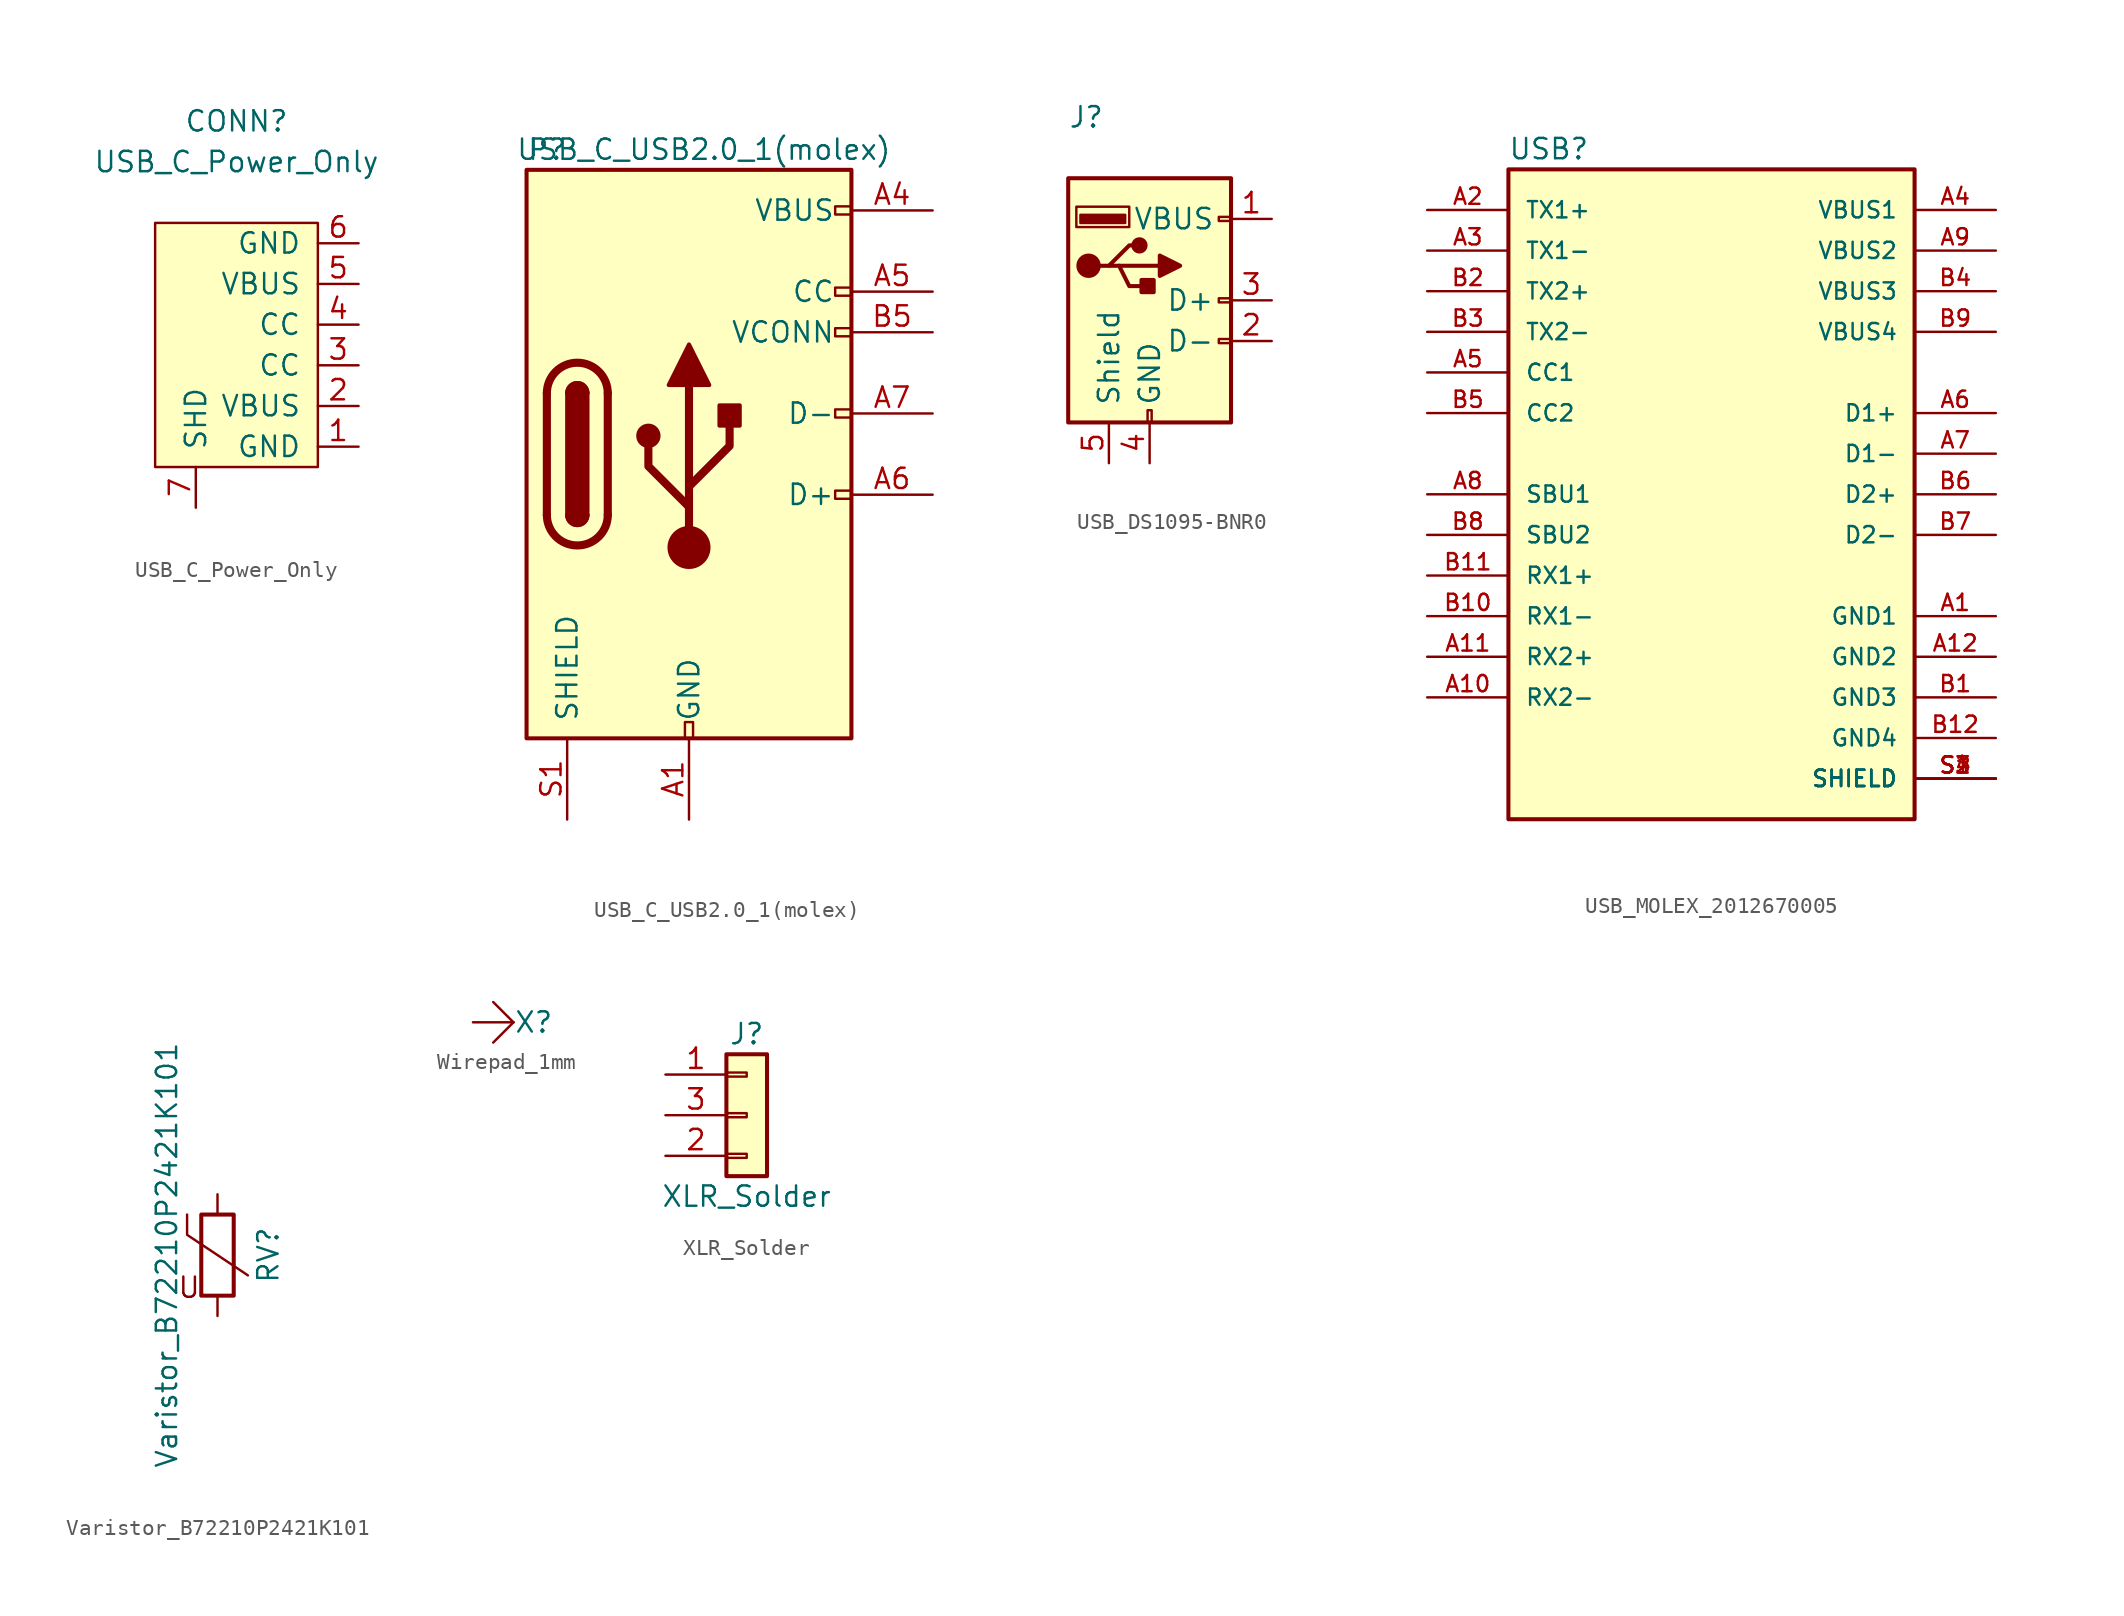
<source format=kicad_sym>
(kicad_symbol_lib
  (version 20220914)
  (generator kicad_symbol_editor)
  (symbol "USB_C_Power_Only"
    (pin_names
      (offset 1.016))
    (property "Reference" "CONN"
      (at 0 13.97 0)
      (effects (font (size 1.27 1.27))))
    (property "Value" "USB_C_Power_Only"
      (at 0 11.43 0)
      (effects (font (size 1.27 1.27))))
    (symbol "USB_C_Power_Only_0_1"
      (rectangle (start -5.08 7.62) (end 5.08 -7.62) (stroke (width 0) (type default)) (fill (type background))))
    (symbol "USB_C_Power_Only_1_1"
      (pin power_in line (at 7.62 -6.35 180) (length 2.54) (name "GND" (effects (font (size 1.27 1.27)))) (number "1" (effects (font (size 1.27 1.27)))))
      (pin power_in line (at 7.62 -3.81 180) (length 2.54) (name "VBUS" (effects (font (size 1.27 1.27)))) (number "2" (effects (font (size 1.27 1.27)))))
      (pin input line (at 7.62 -1.27 180) (length 2.54) (name "CC" (effects (font (size 1.27 1.27)))) (number "3" (effects (font (size 1.27 1.27)))))
      (pin input line (at 7.62 1.27 180) (length 2.54) (name "CC" (effects (font (size 1.27 1.27)))) (number "4" (effects (font (size 1.27 1.27)))))
      (pin power_in line (at 7.62 3.81 180) (length 2.54) (name "VBUS" (effects (font (size 1.27 1.27)))) (number "5" (effects (font (size 1.27 1.27)))))
      (pin power_in line (at 7.62 6.35 180) (length 2.54) (name "GND" (effects (font (size 1.27 1.27)))) (number "6" (effects (font (size 1.27 1.27)))))
      (pin power_in line (at -2.54 -10.16 90) (length 2.54) (name "SHD" (effects (font (size 1.27 1.27)))) (number "7" (effects (font (size 1.27 1.27)))))))
  (symbol "USB_C_USB2.0_1(molex)"
    (pin_names
      (offset 1.016))
    (property "Reference" "P"
      (at -10.16 19.05 0)
      (effects (font (size 1.27 1.27)) (justify left)))
    (property "Value" "USB_C_USB2.0_1(molex)"
      (at 12.7 19.05 0)
      (effects (font (size 1.27 1.27)) (justify right)))
    (symbol "USB_C_USB2.0_1(molex)_0_0"
      (rectangle (start -0.254 -17.78) (end 0.254 -16.764) (stroke (width 0) (type default)) (fill (type none)))
      (rectangle (start 10.16 -2.286) (end 9.144 -2.794) (stroke (width 0) (type default)) (fill (type none)))
      (rectangle (start 10.16 2.794) (end 9.144 2.286) (stroke (width 0) (type default)) (fill (type none)))
      (rectangle (start 10.16 7.874) (end 9.144 7.366) (stroke (width 0) (type default)) (fill (type none)))
      (rectangle (start 10.16 10.414) (end 9.144 9.906) (stroke (width 0) (type default)) (fill (type none)))
      (rectangle (start 10.16 15.494) (end 9.144 14.986) (stroke (width 0) (type default)) (fill (type none))))
    (symbol "USB_C_USB2.0_1(molex)_0_1"
      (rectangle (start -10.16 17.78) (end 10.16 -17.78) (stroke (width 0.254) (type default)) (fill (type background)))
      (arc (start -8.89 -3.81) (mid -6.985 -5.7067) (end -5.08 -3.81) (stroke (width 0.508) (type default)) (fill (type none)))
      (arc (start -7.62 -3.81) (mid -6.985 -4.4423) (end -6.35 -3.81) (stroke (width 0.254) (type default)) (fill (type none)))
      (arc (start -7.62 -3.81) (mid -6.985 -4.4423) (end -6.35 -3.81) (stroke (width 0.254) (type default)) (fill (type outline)))
      (rectangle (start -7.62 -3.81) (end -6.35 3.81) (stroke (width 0.254) (type default)) (fill (type outline)))
      (arc (start -6.35 3.81) (mid -6.985 4.4423) (end -7.62 3.81) (stroke (width 0.254) (type default)) (fill (type none)))
      (arc (start -6.35 3.81) (mid -6.985 4.4423) (end -7.62 3.81) (stroke (width 0.254) (type default)) (fill (type outline)))
      (arc (start -5.08 3.81) (mid -6.985 5.7067) (end -8.89 3.81) (stroke (width 0.508) (type default)) (fill (type none)))
      (circle (center -2.54 1.143) (radius 0.635) (stroke (width 0.254) (type default)) (fill (type outline)))
      (circle (center 0 -5.842) (radius 1.27) (stroke (width 0) (type default)) (fill (type outline)))
      (polyline (pts (xy -8.89 -3.81) (xy -8.89 3.81)) (stroke (width 0.508) (type default)) (fill (type none)))
      (polyline (pts (xy -5.08 3.81) (xy -5.08 -3.81)) (stroke (width 0.508) (type default)) (fill (type none)))
      (polyline (pts (xy 0 -5.842) (xy 0 4.318)) (stroke (width 0.508) (type default)) (fill (type none)))
      (polyline (pts (xy 0 -3.302) (xy -2.54 -0.762) (xy -2.54 0.508)) (stroke (width 0.508) (type default)) (fill (type none)))
      (polyline (pts (xy 0 -2.032) (xy 2.54 0.508) (xy 2.54 1.778)) (stroke (width 0.508) (type default)) (fill (type none)))
      (polyline (pts (xy -1.27 4.318) (xy 0 6.858) (xy 1.27 4.318) (xy -1.27 4.318)) (stroke (width 0.254) (type default)) (fill (type outline)))
      (rectangle (start 1.905 1.778) (end 3.175 3.048) (stroke (width 0.254) (type default)) (fill (type outline))))
    (symbol "USB_C_USB2.0_1(molex)_1_1"
      (pin passive line (at 0 -22.86 90) (length 5.08) (name "GND" (effects (font (size 1.27 1.27)))) (number "A1" (effects (font (size 1.27 1.27)))))
      (pin passive line (at 0 -22.86 90) (length 5.08) hide (name "GND" (effects (font (size 1.27 1.27)))) (number "A12" (effects (font (size 1.27 1.27)))))
      (pin passive line (at 15.24 15.24 180) (length 5.08) (name "VBUS" (effects (font (size 1.27 1.27)))) (number "A4" (effects (font (size 1.27 1.27)))))
      (pin bidirectional line (at 15.24 10.16 180) (length 5.08) (name "CC" (effects (font (size 1.27 1.27)))) (number "A5" (effects (font (size 1.27 1.27)))))
      (pin bidirectional line (at 15.24 -2.54 180) (length 5.08) (name "D+" (effects (font (size 1.27 1.27)))) (number "A6" (effects (font (size 1.27 1.27)))))
      (pin bidirectional line (at 15.24 2.54 180) (length 5.08) (name "D-" (effects (font (size 1.27 1.27)))) (number "A7" (effects (font (size 1.27 1.27)))))
      (pin passive line (at 15.24 15.24 180) (length 5.08) hide (name "VBUS" (effects (font (size 1.27 1.27)))) (number "A9" (effects (font (size 1.27 1.27)))))
      (pin passive line (at 0 -22.86 90) (length 5.08) hide (name "GND" (effects (font (size 1.27 1.27)))) (number "B1" (effects (font (size 1.27 1.27)))))
      (pin passive line (at 0 -22.86 90) (length 5.08) hide (name "GND" (effects (font (size 1.27 1.27)))) (number "B12" (effects (font (size 1.27 1.27)))))
      (pin passive line (at 15.24 15.24 180) (length 5.08) hide (name "VBUS" (effects (font (size 1.27 1.27)))) (number "B4" (effects (font (size 1.27 1.27)))))
      (pin bidirectional line (at 15.24 7.62 180) (length 5.08) (name "VCONN" (effects (font (size 1.27 1.27)))) (number "B5" (effects (font (size 1.27 1.27)))))
      (pin passive line (at 15.24 15.24 180) (length 5.08) hide (name "VBUS" (effects (font (size 1.27 1.27)))) (number "B9" (effects (font (size 1.27 1.27)))))
      (pin passive line (at -7.62 -22.86 90) (length 5.08) (name "SHIELD" (effects (font (size 1.27 1.27)))) (number "S1" (effects (font (size 1.27 1.27)))))))
  (symbol "USB_DS1095-BNR0"
    (pin_names
      (offset 1.016))
    (property "Reference" "J"
      (at -5.08 11.43 0)
      (effects (font (size 1.27 1.27)) (justify left)))
    (symbol "USB_DS1095-BNR0_0_1"
      (rectangle (start -5.08 -7.62) (end 5.08 7.62) (stroke (width 0.254) (type default)) (fill (type background)))
      (circle (center -3.81 2.159) (radius 0.635) (stroke (width 0.254) (type default)) (fill (type outline)))
      (rectangle (start -1.524 4.826) (end -4.318 5.334) (stroke (width 0) (type default)) (fill (type outline)))
      (rectangle (start -1.27 4.572) (end -4.572 5.842) (stroke (width 0) (type default)) (fill (type none)))
      (circle (center -0.635 3.429) (radius 0.381) (stroke (width 0.254) (type default)) (fill (type outline)))
      (rectangle (start -0.127 -7.62) (end 0.127 -6.858) (stroke (width 0) (type default)) (fill (type none)))
      (polyline (pts (xy -3.175 2.159) (xy -2.54 2.159) (xy -1.27 3.429) (xy -0.635 3.429)) (stroke (width 0.254) (type default)) (fill (type none)))
      (polyline (pts (xy -2.54 2.159) (xy -1.905 2.159) (xy -1.27 0.889) (xy 0 0.889)) (stroke (width 0.254) (type default)) (fill (type none)))
      (polyline (pts (xy 0.635 2.794) (xy 0.635 1.524) (xy 1.905 2.159) (xy 0.635 2.794)) (stroke (width 0.254) (type default)) (fill (type outline)))
      (rectangle (start 0.254 1.27) (end -0.508 0.508) (stroke (width 0.254) (type default)) (fill (type outline)))
      (rectangle (start 5.08 -2.667) (end 4.318 -2.413) (stroke (width 0) (type default)) (fill (type none)))
      (rectangle (start 5.08 -0.127) (end 4.318 0.127) (stroke (width 0) (type default)) (fill (type none)))
      (rectangle (start 5.08 4.953) (end 4.318 5.207) (stroke (width 0) (type default)) (fill (type none))))
    (symbol "USB_DS1095-BNR0_1_1"
      (polyline (pts (xy -1.905 2.159) (xy 0.635 2.159)) (stroke (width 0.254) (type default)) (fill (type none)))
      (pin power_in line (at 7.62 5.08 180) (length 2.54) (name "VBUS" (effects (font (size 1.27 1.27)))) (number "1" (effects (font (size 1.27 1.27)))))
      (pin bidirectional line (at 7.62 -2.54 180) (length 2.54) (name "D-" (effects (font (size 1.27 1.27)))) (number "2" (effects (font (size 1.27 1.27)))))
      (pin bidirectional line (at 7.62 0 180) (length 2.54) (name "D+" (effects (font (size 1.27 1.27)))) (number "3" (effects (font (size 1.27 1.27)))))
      (pin power_in line (at 0 -10.16 90) (length 2.54) (name "GND" (effects (font (size 1.27 1.27)))) (number "4" (effects (font (size 1.27 1.27)))))
      (pin passive line (at -2.54 -10.16 90) (length 2.54) (name "Shield" (effects (font (size 1.27 1.27)))) (number "5" (effects (font (size 1.27 1.27)))))))
  (symbol "USB_MOLEX_2012670005"
    (pin_names
      (offset 1.016))
    (property "Reference" "USB"
      (at -12.725 20.853 0)
      (effects (font (size 1.27 1.27)) (justify left bottom)))
    (symbol "USB_MOLEX_2012670005_0_0"
      (rectangle (start -12.7 -20.32) (end 12.7 20.32) (stroke (width 0.254) (type default)) (fill (type background)))
      (pin power_in line (at 17.78 -7.62 180) (length 5.08) (name "GND1" (effects (font (size 1.016 1.016)))) (number "A1" (effects (font (size 1.016 1.016)))))
      (pin passive line (at -17.78 -12.7 0) (length 5.08) (name "RX2-" (effects (font (size 1.016 1.016)))) (number "A10" (effects (font (size 1.016 1.016)))))
      (pin passive line (at -17.78 -10.16 0) (length 5.08) (name "RX2+" (effects (font (size 1.016 1.016)))) (number "A11" (effects (font (size 1.016 1.016)))))
      (pin power_in line (at 17.78 -10.16 180) (length 5.08) (name "GND2" (effects (font (size 1.016 1.016)))) (number "A12" (effects (font (size 1.016 1.016)))))
      (pin passive line (at -17.78 17.78 0) (length 5.08) (name "TX1+" (effects (font (size 1.016 1.016)))) (number "A2" (effects (font (size 1.016 1.016)))))
      (pin passive line (at -17.78 15.24 0) (length 5.08) (name "TX1-" (effects (font (size 1.016 1.016)))) (number "A3" (effects (font (size 1.016 1.016)))))
      (pin power_in line (at 17.78 17.78 180) (length 5.08) (name "VBUS1" (effects (font (size 1.016 1.016)))) (number "A4" (effects (font (size 1.016 1.016)))))
      (pin passive line (at -17.78 7.62 0) (length 5.08) (name "CC1" (effects (font (size 1.016 1.016)))) (number "A5" (effects (font (size 1.016 1.016)))))
      (pin passive line (at 17.78 5.08 180) (length 5.08) (name "D1+" (effects (font (size 1.016 1.016)))) (number "A6" (effects (font (size 1.016 1.016)))))
      (pin passive line (at 17.78 2.54 180) (length 5.08) (name "D1-" (effects (font (size 1.016 1.016)))) (number "A7" (effects (font (size 1.016 1.016)))))
      (pin passive line (at -17.78 0 0) (length 5.08) (name "SBU1" (effects (font (size 1.016 1.016)))) (number "A8" (effects (font (size 1.016 1.016)))))
      (pin power_in line (at 17.78 15.24 180) (length 5.08) (name "VBUS2" (effects (font (size 1.016 1.016)))) (number "A9" (effects (font (size 1.016 1.016)))))
      (pin power_in line (at 17.78 -12.7 180) (length 5.08) (name "GND3" (effects (font (size 1.016 1.016)))) (number "B1" (effects (font (size 1.016 1.016)))))
      (pin passive line (at -17.78 -7.62 0) (length 5.08) (name "RX1-" (effects (font (size 1.016 1.016)))) (number "B10" (effects (font (size 1.016 1.016)))))
      (pin passive line (at -17.78 -5.08 0) (length 5.08) (name "RX1+" (effects (font (size 1.016 1.016)))) (number "B11" (effects (font (size 1.016 1.016)))))
      (pin power_in line (at 17.78 -15.24 180) (length 5.08) (name "GND4" (effects (font (size 1.016 1.016)))) (number "B12" (effects (font (size 1.016 1.016)))))
      (pin passive line (at -17.78 12.7 0) (length 5.08) (name "TX2+" (effects (font (size 1.016 1.016)))) (number "B2" (effects (font (size 1.016 1.016)))))
      (pin passive line (at -17.78 10.16 0) (length 5.08) (name "TX2-" (effects (font (size 1.016 1.016)))) (number "B3" (effects (font (size 1.016 1.016)))))
      (pin power_in line (at 17.78 12.7 180) (length 5.08) (name "VBUS3" (effects (font (size 1.016 1.016)))) (number "B4" (effects (font (size 1.016 1.016)))))
      (pin passive line (at -17.78 5.08 0) (length 5.08) (name "CC2" (effects (font (size 1.016 1.016)))) (number "B5" (effects (font (size 1.016 1.016)))))
      (pin passive line (at 17.78 0 180) (length 5.08) (name "D2+" (effects (font (size 1.016 1.016)))) (number "B6" (effects (font (size 1.016 1.016)))))
      (pin passive line (at 17.78 -2.54 180) (length 5.08) (name "D2-" (effects (font (size 1.016 1.016)))) (number "B7" (effects (font (size 1.016 1.016)))))
      (pin passive line (at -17.78 -2.54 0) (length 5.08) (name "SBU2" (effects (font (size 1.016 1.016)))) (number "B8" (effects (font (size 1.016 1.016)))))
      (pin power_in line (at 17.78 10.16 180) (length 5.08) (name "VBUS4" (effects (font (size 1.016 1.016)))) (number "B9" (effects (font (size 1.016 1.016)))))
      (pin power_in line (at 17.78 -17.78 180) (length 5.08) (name "SHIELD" (effects (font (size 1.016 1.016)))) (number "S1" (effects (font (size 1.016 1.016)))))
      (pin power_in line (at 17.78 -17.78 180) (length 5.08) (name "SHIELD" (effects (font (size 1.016 1.016)))) (number "S2" (effects (font (size 1.016 1.016)))))
      (pin power_in line (at 17.78 -17.78 180) (length 5.08) (name "SHIELD" (effects (font (size 1.016 1.016)))) (number "S3" (effects (font (size 1.016 1.016)))))
      (pin power_in line (at 17.78 -17.78 180) (length 5.08) (name "SHIELD" (effects (font (size 1.016 1.016)))) (number "S4" (effects (font (size 1.016 1.016)))))))
  (symbol "Varistor_B72210P2421K101"
    (pin_numbers hide)
    (pin_names
      (offset 0))
    (property "Reference" "RV"
      (at 3.175 0 90)
      (effects (font (size 1.27 1.27))))
    (property "Value" "Varistor_B72210P2421K101"
      (at -3.175 0 90)
      (effects (font (size 1.27 1.27))))
    (symbol "Varistor_B72210P2421K101_0_0"
      (text "U" (at -1.778 -2.032 0) (effects (font (size 1.27 1.27)))))
    (symbol "Varistor_B72210P2421K101_0_1"
      (rectangle (start -1.016 -2.54) (end 1.016 2.54) (stroke (width 0.254) (type default)) (fill (type none)))
      (polyline (pts (xy -1.905 2.54) (xy -1.905 1.27) (xy 1.905 -1.27)) (stroke (width 0) (type default)) (fill (type none))))
    (symbol "Varistor_B72210P2421K101_1_1"
      (pin passive line (at 0 3.81 270) (length 1.27) (name "~" (effects (font (size 1.27 1.27)))) (number "1" (effects (font (size 1.27 1.27)))))
      (pin passive line (at 0 -3.81 90) (length 1.27) (name "~" (effects (font (size 1.27 1.27)))) (number "2" (effects (font (size 1.27 1.27)))))))
  (symbol "Wirepad_1mm"
    (property "Reference" "X"
      (at 2.54 0 0)
      (effects (font (size 1.27 1.27))))
    (symbol "Wirepad_1mm_0_1"
      (polyline (pts (xy -1.27 0) (xy 1.27 0)) (stroke (width 0) (type default)) (fill (type none)))
      (polyline (pts (xy 1.27 0) (xy 0 -1.27)) (stroke (width 0) (type default)) (fill (type none)))
      (polyline (pts (xy 1.27 0) (xy 0 1.27)) (stroke (width 0) (type default)) (fill (type none))))
    (symbol "Wirepad_1mm_1_1"
      (pin input line (at -1.27 0 0) (length 2.54) hide (name "X" (effects (font (size 1.27 1.27)))) (number "" (effects (font (size 1.27 1.27)))))))
  (symbol "XLR_Solder"
    (pin_names
      (offset 1.016) hide)
    (property "Reference" "J"
      (at 0 5.08 0)
      (effects (font (size 1.27 1.27))))
    (property "Value" "XLR_Solder"
      (at 0 -5.08 0)
      (effects (font (size 1.27 1.27))))
    (symbol "XLR_Solder_1_1"
      (rectangle (start -1.27 -2.413) (end 0 -2.667) (stroke (width 0.152) (type default)) (fill (type none)))
      (rectangle (start -1.27 0.127) (end 0 -0.127) (stroke (width 0.152) (type default)) (fill (type none)))
      (rectangle (start -1.27 2.667) (end 0 2.413) (stroke (width 0.152) (type default)) (fill (type none)))
      (rectangle (start -1.27 3.81) (end 1.27 -3.81) (stroke (width 0.254) (type default)) (fill (type background)))
      (pin passive line (at -5.08 2.54 0) (length 3.81) (name "Pin_1" (effects (font (size 1.27 1.27)))) (number "1" (effects (font (size 1.27 1.27)))))
      (pin passive line (at -5.08 -2.54 0) (length 3.81) (name "Pin_2" (effects (font (size 1.27 1.27)))) (number "2" (effects (font (size 1.27 1.27)))))
      (pin passive line (at -5.08 0 0) (length 3.81) (name "Pin_3" (effects (font (size 1.27 1.27)))) (number "3" (effects (font (size 1.27 1.27))))))))
</source>
